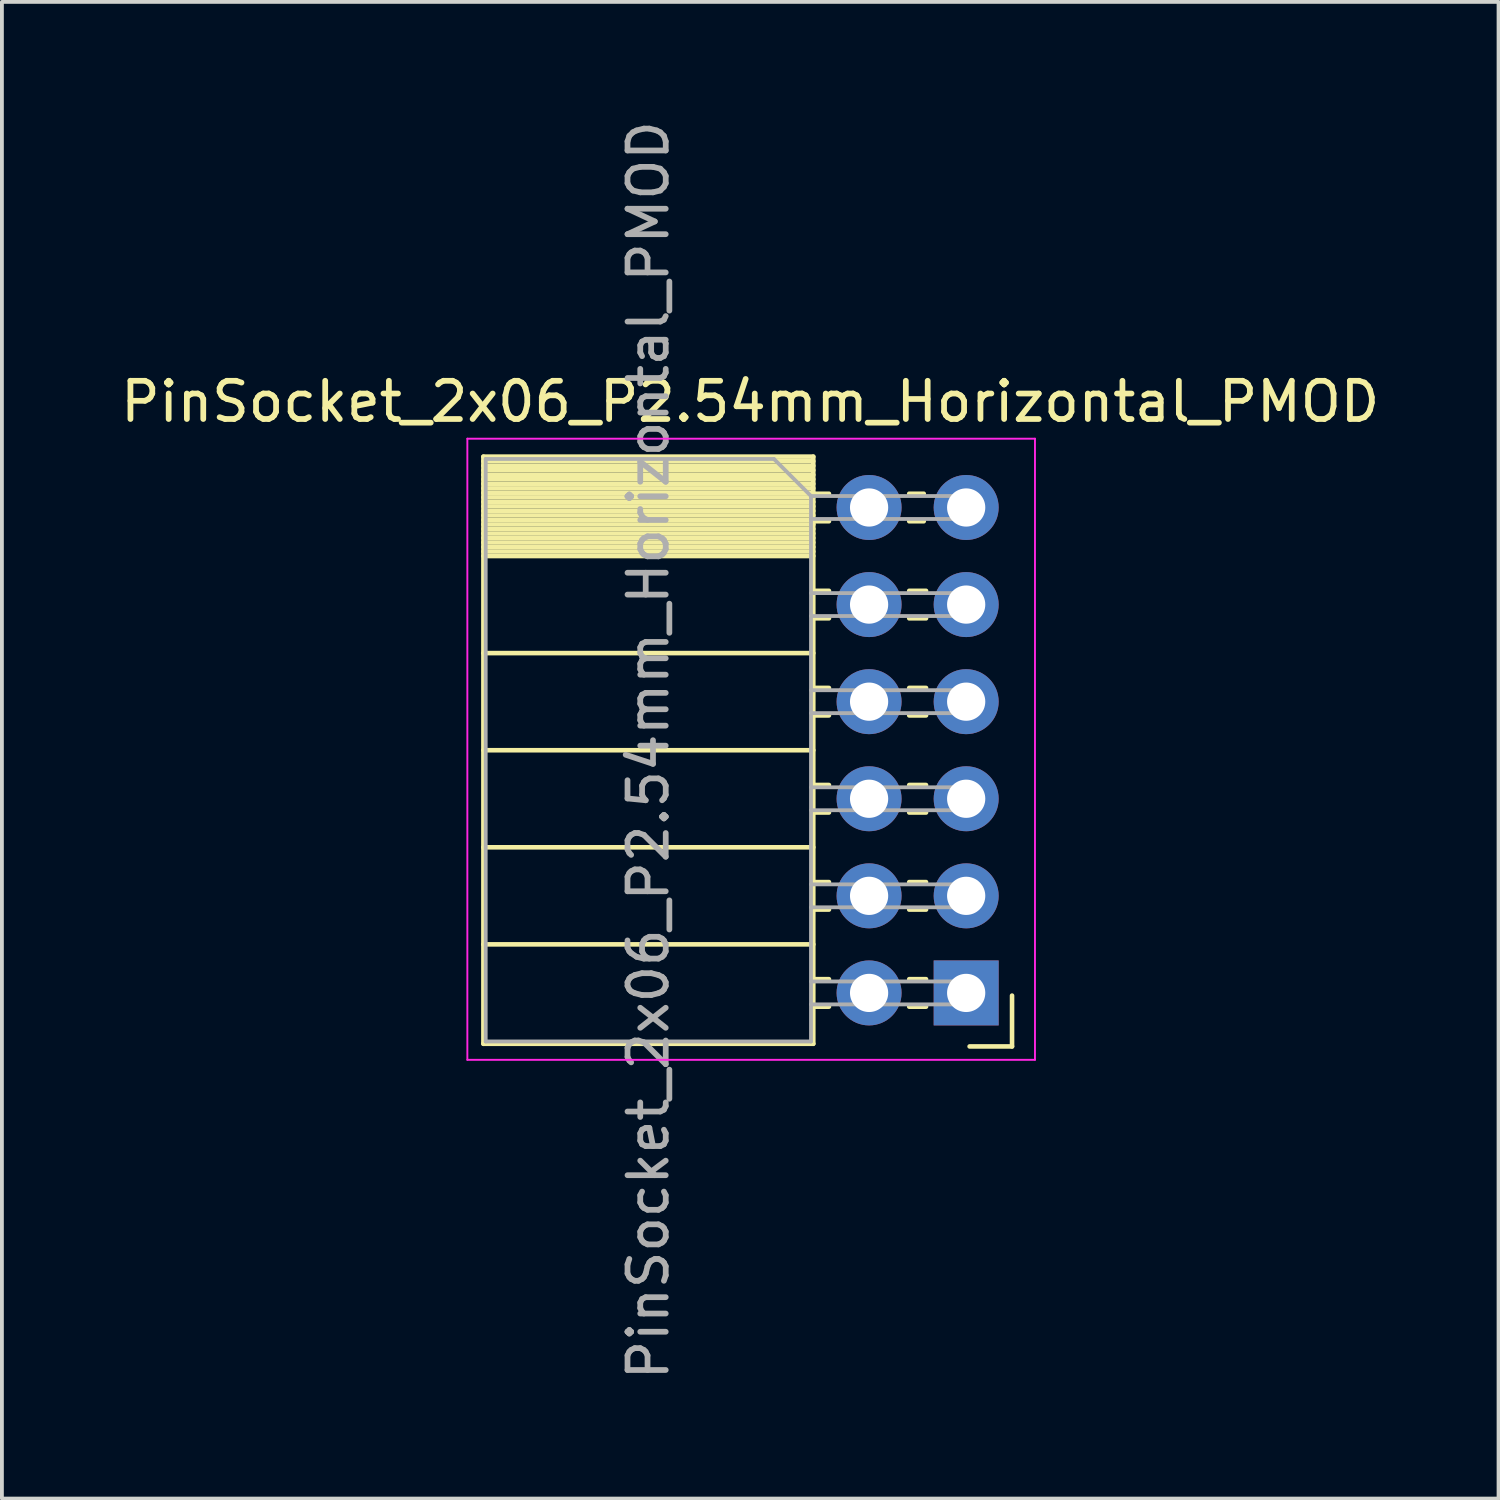
<source format=kicad_pcb>
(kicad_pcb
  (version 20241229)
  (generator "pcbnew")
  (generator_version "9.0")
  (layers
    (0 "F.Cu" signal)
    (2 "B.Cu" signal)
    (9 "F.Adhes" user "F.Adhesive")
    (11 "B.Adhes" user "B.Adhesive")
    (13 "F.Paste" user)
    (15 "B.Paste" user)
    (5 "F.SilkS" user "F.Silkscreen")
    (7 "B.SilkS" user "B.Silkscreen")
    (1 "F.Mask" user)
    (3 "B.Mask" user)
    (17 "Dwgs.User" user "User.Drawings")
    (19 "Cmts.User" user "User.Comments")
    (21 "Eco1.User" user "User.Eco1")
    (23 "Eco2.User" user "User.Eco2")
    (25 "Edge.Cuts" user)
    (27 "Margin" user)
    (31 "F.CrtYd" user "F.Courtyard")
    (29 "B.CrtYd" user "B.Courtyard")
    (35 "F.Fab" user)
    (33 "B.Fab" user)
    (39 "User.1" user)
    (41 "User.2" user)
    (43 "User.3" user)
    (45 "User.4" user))
  (footprint "PinSocket_2x06_P2.54mm_Horizontal_PMOD"
    (layer "F.Cu")
    (at 22.227 10.227)
    (property "Reference" "PinSocket_2x06_P2.54mm_Horizontal_PMOD" (at -5.65 -2.77 0) (layer "F.SilkS") (effects (font (size 1 1) (thickness 0.15))))
    (attr through_hole)
    (fp_line (start -12.63 -1.33) (end -12.63 14.03) (stroke (width 0.12) (type solid)) (layer "F.SilkS"))
    (fp_line (start -12.63 -1.33) (end -4 -1.33) (stroke (width 0.12) (type solid)) (layer "F.SilkS"))
    (fp_line (start -12.63 -1.21) (end -4 -1.21) (stroke (width 0.12) (type solid)) (layer "F.SilkS"))
    (fp_line (start -12.63 -1.092) (end -4 -1.092) (stroke (width 0.12) (type solid)) (layer "F.SilkS"))
    (fp_line (start -12.63 -0.974) (end -4 -0.974) (stroke (width 0.12) (type solid)) (layer "F.SilkS"))
    (fp_line (start -12.63 -0.856) (end -4 -0.856) (stroke (width 0.12) (type solid)) (layer "F.SilkS"))
    (fp_line (start -12.63 -0.738) (end -4 -0.738) (stroke (width 0.12) (type solid)) (layer "F.SilkS"))
    (fp_line (start -12.63 -0.62) (end -4 -0.62) (stroke (width 0.12) (type solid)) (layer "F.SilkS"))
    (fp_line (start -12.63 -0.501) (end -4 -0.501) (stroke (width 0.12) (type solid)) (layer "F.SilkS"))
    (fp_line (start -12.63 -0.383) (end -4 -0.383) (stroke (width 0.12) (type solid)) (layer "F.SilkS"))
    (fp_line (start -12.63 -0.265) (end -4 -0.265) (stroke (width 0.12) (type solid)) (layer "F.SilkS"))
    (fp_line (start -12.63 -0.147) (end -4 -0.147) (stroke (width 0.12) (type solid)) (layer "F.SilkS"))
    (fp_line (start -12.63 -0.029) (end -4 -0.029) (stroke (width 0.12) (type solid)) (layer "F.SilkS"))
    (fp_line (start -12.63 0.089) (end -4 0.089) (stroke (width 0.12) (type solid)) (layer "F.SilkS"))
    (fp_line (start -12.63 0.207) (end -4 0.207) (stroke (width 0.12) (type solid)) (layer "F.SilkS"))
    (fp_line (start -12.63 0.325) (end -4 0.325) (stroke (width 0.12) (type solid)) (layer "F.SilkS"))
    (fp_line (start -12.63 0.443) (end -4 0.443) (stroke (width 0.12) (type solid)) (layer "F.SilkS"))
    (fp_line (start -12.63 0.561) (end -4 0.561) (stroke (width 0.12) (type solid)) (layer "F.SilkS"))
    (fp_line (start -12.63 0.68) (end -4 0.68) (stroke (width 0.12) (type solid)) (layer "F.SilkS"))
    (fp_line (start -12.63 0.798) (end -4 0.798) (stroke (width 0.12) (type solid)) (layer "F.SilkS"))
    (fp_line (start -12.63 0.916) (end -4 0.916) (stroke (width 0.12) (type solid)) (layer "F.SilkS"))
    (fp_line (start -12.63 1.034) (end -4 1.034) (stroke (width 0.12) (type solid)) (layer "F.SilkS"))
    (fp_line (start -12.63 1.152) (end -4 1.152) (stroke (width 0.12) (type solid)) (layer "F.SilkS"))
    (fp_line (start -12.63 1.27) (end -4 1.27) (stroke (width 0.12) (type solid)) (layer "F.SilkS"))
    (fp_line (start -12.63 3.81) (end -4 3.81) (stroke (width 0.12) (type solid)) (layer "F.SilkS"))
    (fp_line (start -12.63 6.35) (end -4 6.35) (stroke (width 0.12) (type solid)) (layer "F.SilkS"))
    (fp_line (start -12.63 8.89) (end -4 8.89) (stroke (width 0.12) (type solid)) (layer "F.SilkS"))
    (fp_line (start -12.63 11.43) (end -4 11.43) (stroke (width 0.12) (type solid)) (layer "F.SilkS"))
    (fp_line (start -12.63 14.03) (end -4 14.03) (stroke (width 0.12) (type solid)) (layer "F.SilkS"))
    (fp_line (start -4 -1.33) (end -4 14.03) (stroke (width 0.12) (type solid)) (layer "F.SilkS"))
    (fp_line (start -4 -0.36) (end -3.59 -0.36) (stroke (width 0.12) (type solid)) (layer "F.SilkS"))
    (fp_line (start -4 0.36) (end -3.59 0.36) (stroke (width 0.12) (type solid)) (layer "F.SilkS"))
    (fp_line (start -4 2.18) (end -3.59 2.18) (stroke (width 0.12) (type solid)) (layer "F.SilkS"))
    (fp_line (start -4 2.9) (end -3.59 2.9) (stroke (width 0.12) (type solid)) (layer "F.SilkS"))
    (fp_line (start -4 4.72) (end -3.59 4.72) (stroke (width 0.12) (type solid)) (layer "F.SilkS"))
    (fp_line (start -4 5.44) (end -3.59 5.44) (stroke (width 0.12) (type solid)) (layer "F.SilkS"))
    (fp_line (start -4 7.26) (end -3.59 7.26) (stroke (width 0.12) (type solid)) (layer "F.SilkS"))
    (fp_line (start -4 7.98) (end -3.59 7.98) (stroke (width 0.12) (type solid)) (layer "F.SilkS"))
    (fp_line (start -4 9.8) (end -3.59 9.8) (stroke (width 0.12) (type solid)) (layer "F.SilkS"))
    (fp_line (start -4 10.52) (end -3.59 10.52) (stroke (width 0.12) (type solid)) (layer "F.SilkS"))
    (fp_line (start -4 12.34) (end -3.59 12.34) (stroke (width 0.12) (type solid)) (layer "F.SilkS"))
    (fp_line (start -4 13.06) (end -3.59 13.06) (stroke (width 0.12) (type solid)) (layer "F.SilkS"))
    (fp_line (start -1.49 -0.36) (end -1.11 -0.36) (stroke (width 0.12) (type solid)) (layer "F.SilkS"))
    (fp_line (start -1.49 0.36) (end -1.11 0.36) (stroke (width 0.12) (type solid)) (layer "F.SilkS"))
    (fp_line (start -1.49 2.18) (end -1.05 2.18) (stroke (width 0.12) (type solid)) (layer "F.SilkS"))
    (fp_line (start -1.49 2.9) (end -1.05 2.9) (stroke (width 0.12) (type solid)) (layer "F.SilkS"))
    (fp_line (start -1.49 4.72) (end -1.05 4.72) (stroke (width 0.12) (type solid)) (layer "F.SilkS"))
    (fp_line (start -1.49 5.44) (end -1.05 5.44) (stroke (width 0.12) (type solid)) (layer "F.SilkS"))
    (fp_line (start -1.49 7.26) (end -1.05 7.26) (stroke (width 0.12) (type solid)) (layer "F.SilkS"))
    (fp_line (start -1.49 7.98) (end -1.05 7.98) (stroke (width 0.12) (type solid)) (layer "F.SilkS"))
    (fp_line (start -1.49 9.8) (end -1.05 9.8) (stroke (width 0.12) (type solid)) (layer "F.SilkS"))
    (fp_line (start -1.49 10.52) (end -1.05 10.52) (stroke (width 0.12) (type solid)) (layer "F.SilkS"))
    (fp_line (start -1.49 12.34) (end -1.05 12.34) (stroke (width 0.12) (type solid)) (layer "F.SilkS"))
    (fp_line (start -1.49 13.06) (end -1.05 13.06) (stroke (width 0.12) (type solid)) (layer "F.SilkS"))
    (fp_line (start 0.09 14.1) (end 1.2 14.1) (stroke (width 0.12) (type solid)) (layer "F.SilkS"))
    (fp_line (start 1.2 14.1) (end 1.2 12.77) (stroke (width 0.12) (type solid)) (layer "F.SilkS"))
    (fp_line (start -13.05 -1.8) (end -13.05 14.45) (stroke (width 0.05) (type solid)) (layer "F.CrtYd"))
    (fp_line (start -13.05 14.45) (end 1.8 14.45) (stroke (width 0.05) (type solid)) (layer "F.CrtYd"))
    (fp_line (start 1.8 -1.8) (end -13.05 -1.8) (stroke (width 0.05) (type solid)) (layer "F.CrtYd"))
    (fp_line (start 1.8 14.45) (end 1.8 -1.8) (stroke (width 0.05) (type solid)) (layer "F.CrtYd"))
    (fp_line (start -12.57 -1.27) (end -5.03 -1.27) (stroke (width 0.1) (type solid)) (layer "F.Fab"))
    (fp_line (start -12.57 13.97) (end -12.57 -1.27) (stroke (width 0.1) (type solid)) (layer "F.Fab"))
    (fp_line (start -5.03 -1.27) (end -4.06 -0.3) (stroke (width 0.1) (type solid)) (layer "F.Fab"))
    (fp_line (start -4.06 -0.3) (end -4.06 13.97) (stroke (width 0.1) (type solid)) (layer "F.Fab"))
    (fp_line (start -4.06 0.3) (end 0 0.3) (stroke (width 0.1) (type solid)) (layer "F.Fab"))
    (fp_line (start -4.06 2.84) (end 0 2.84) (stroke (width 0.1) (type solid)) (layer "F.Fab"))
    (fp_line (start -4.06 5.38) (end 0 5.38) (stroke (width 0.1) (type solid)) (layer "F.Fab"))
    (fp_line (start -4.06 7.92) (end 0 7.92) (stroke (width 0.1) (type solid)) (layer "F.Fab"))
    (fp_line (start -4.06 10.46) (end 0 10.46) (stroke (width 0.1) (type solid)) (layer "F.Fab"))
    (fp_line (start -4.06 13) (end 0 13) (stroke (width 0.1) (type solid)) (layer "F.Fab"))
    (fp_line (start -4.06 13.97) (end -12.57 13.97) (stroke (width 0.1) (type solid)) (layer "F.Fab"))
    (fp_line (start 0 -0.3) (end -4.06 -0.3) (stroke (width 0.1) (type solid)) (layer "F.Fab"))
    (fp_line (start 0 0.3) (end 0 -0.3) (stroke (width 0.1) (type solid)) (layer "F.Fab"))
    (fp_line (start 0 2.24) (end -4.06 2.24) (stroke (width 0.1) (type solid)) (layer "F.Fab"))
    (fp_line (start 0 2.84) (end 0 2.24) (stroke (width 0.1) (type solid)) (layer "F.Fab"))
    (fp_line (start 0 4.78) (end -4.06 4.78) (stroke (width 0.1) (type solid)) (layer "F.Fab"))
    (fp_line (start 0 5.38) (end 0 4.78) (stroke (width 0.1) (type solid)) (layer "F.Fab"))
    (fp_line (start 0 7.32) (end -4.06 7.32) (stroke (width 0.1) (type solid)) (layer "F.Fab"))
    (fp_line (start 0 7.92) (end 0 7.32) (stroke (width 0.1) (type solid)) (layer "F.Fab"))
    (fp_line (start 0 9.86) (end -4.06 9.86) (stroke (width 0.1) (type solid)) (layer "F.Fab"))
    (fp_line (start 0 10.46) (end 0 9.86) (stroke (width 0.1) (type solid)) (layer "F.Fab"))
    (fp_line (start 0 12.4) (end -4.06 12.4) (stroke (width 0.1) (type solid)) (layer "F.Fab"))
    (fp_line (start 0 13) (end 0 12.4) (stroke (width 0.1) (type solid)) (layer "F.Fab"))
    (fp_text user "${REFERENCE}" (at -8.315 6.35 90) (layer "F.Fab") (effects (font (size 1 1) (thickness 0.15))))
    (pad "1" thru_hole rect (at 0 12.7) (size 1.7 1.7) (drill 1) (layers "*.Cu" "*.Mask"))
    (pad "2" thru_hole circle (at 0 10.16) (size 1.7 1.7) (drill 1) (layers "*.Cu" "*.Mask"))
    (pad "3" thru_hole circle (at 0 7.62) (size 1.7 1.7) (drill 1) (layers "*.Cu" "*.Mask"))
    (pad "4" thru_hole circle (at 0 5.08) (size 1.7 1.7) (drill 1) (layers "*.Cu" "*.Mask"))
    (pad "5" thru_hole circle (at 0 2.54) (size 1.7 1.7) (drill 1) (layers "*.Cu" "*.Mask"))
    (pad "6" thru_hole circle (at 0 0) (size 1.7 1.7) (drill 1) (layers "*.Cu" "*.Mask"))
    (pad "7" thru_hole circle (at -2.54 12.7) (size 1.7 1.7) (drill 1) (layers "*.Cu" "*.Mask"))
    (pad "8" thru_hole circle (at -2.54 10.16) (size 1.7 1.7) (drill 1) (layers "*.Cu" "*.Mask"))
    (pad "9" thru_hole circle (at -2.54 7.62) (size 1.7 1.7) (drill 1) (layers "*.Cu" "*.Mask"))
    (pad "10" thru_hole circle (at -2.54 5.08) (size 1.7 1.7) (drill 1) (layers "*.Cu" "*.Mask"))
    (pad "11" thru_hole circle (at -2.54 2.54) (size 1.7 1.7) (drill 1) (layers "*.Cu" "*.Mask"))
    (pad "12" thru_hole circle (at -2.54 0) (size 1.7 1.7) (drill 1) (layers "*.Cu" "*.Mask")))
  (gr_rect
    (start -3 -3)
    (end 36.155 36.155)
    (stroke (width 0.1) (type default))
    (fill no)
    (layer "Edge.Cuts")))
</source>
